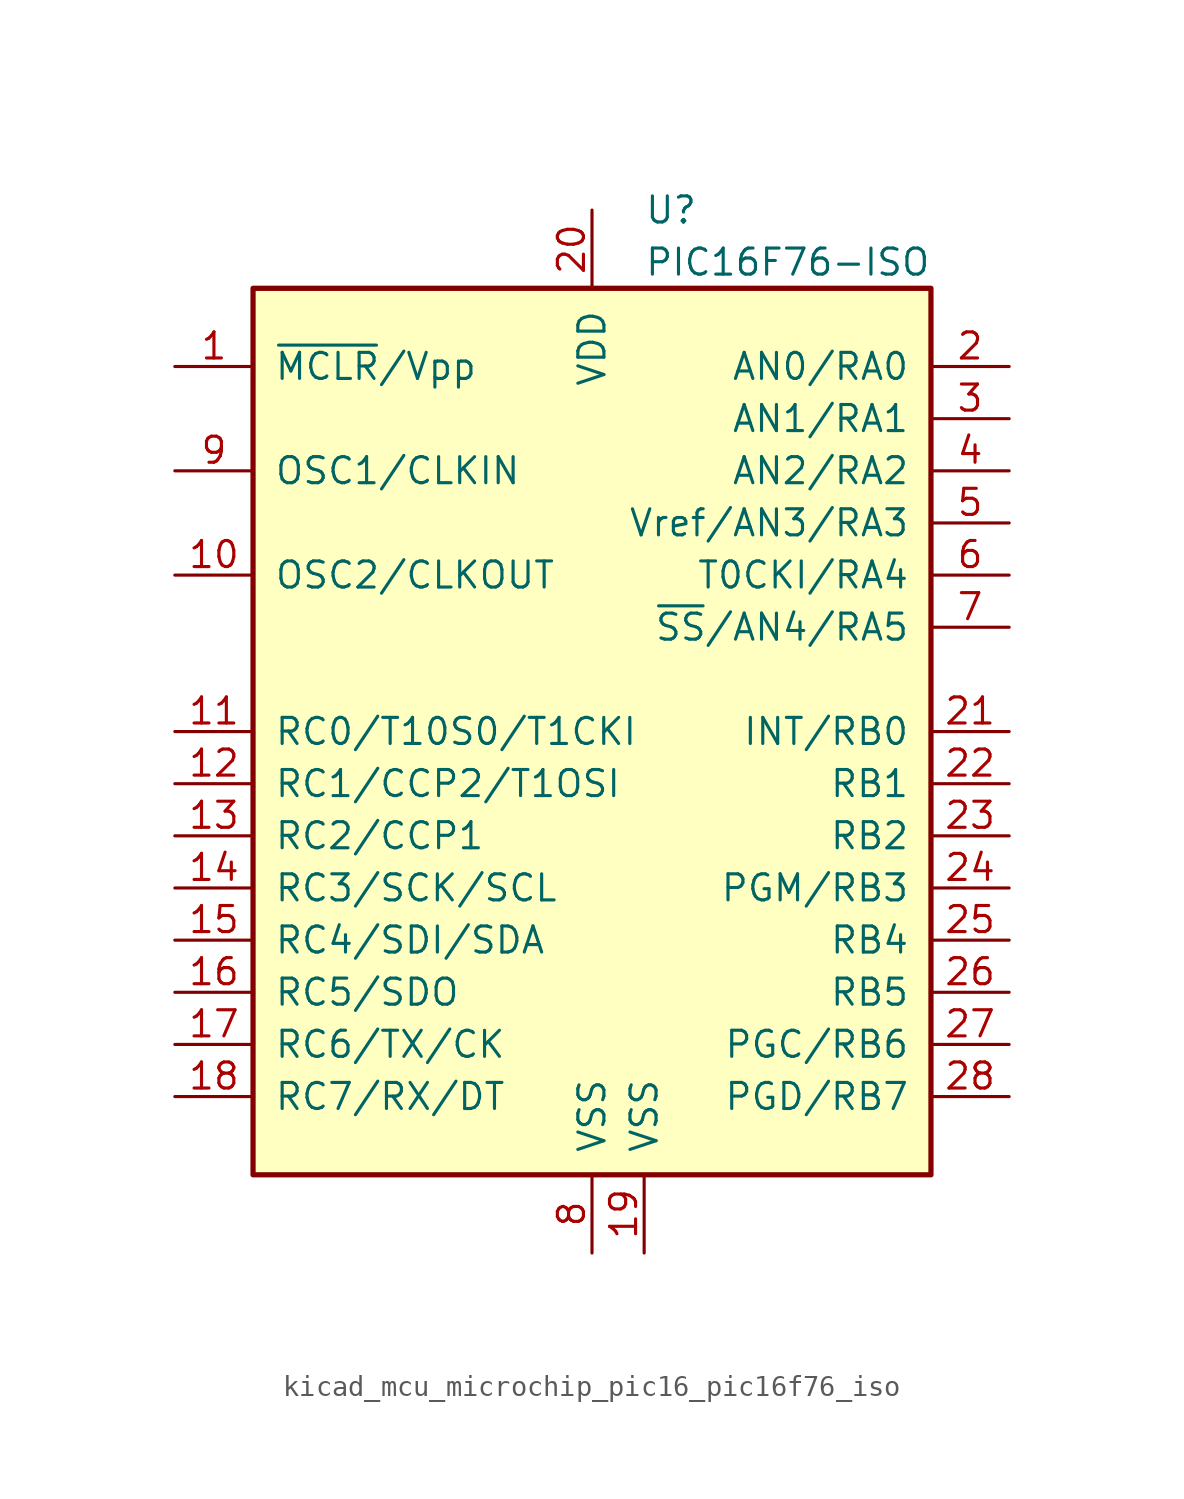
<source format=kicad_sym>
(kicad_symbol_lib
  (version 20220914)
  (generator kicad_symbol_editor)
  (symbol "kicad_mcu_microchip_pic16_pic16f76_iso"
    (pin_names
      (offset 1.016))
    (property "Reference" "U"
      (at 2.54 25.4 0)
      (effects (font (size 1.27 1.27)) (justify left)))
    (property "Value" "PIC16F76-ISO"
      (at 2.54 22.86 0)
      (effects (font (size 1.27 1.27)) (justify left)))
    (symbol "kicad_mcu_microchip_pic16_pic16f76_iso_0_1"
      (rectangle (start -16.51 -21.59) (end 16.51 21.59) (stroke (width 0.254) (type default)) (fill (type background))))
    (symbol "kicad_mcu_microchip_pic16_pic16f76_iso_1_1"
      (pin input line (at -20.32 17.78 0) (length 3.81) (name "~{MCLR}/Vpp" (effects (font (size 1.27 1.27)))) (number "1" (effects (font (size 1.27 1.27)))))
      (pin output line (at -20.32 7.62 0) (length 3.81) (name "OSC2/CLKOUT" (effects (font (size 1.27 1.27)))) (number "10" (effects (font (size 1.27 1.27)))))
      (pin bidirectional line (at -20.32 0 0) (length 3.81) (name "RC0/T10S0/T1CKI" (effects (font (size 1.27 1.27)))) (number "11" (effects (font (size 1.27 1.27)))))
      (pin bidirectional line (at -20.32 -2.54 0) (length 3.81) (name "RC1/CCP2/T1OSI" (effects (font (size 1.27 1.27)))) (number "12" (effects (font (size 1.27 1.27)))))
      (pin bidirectional line (at -20.32 -5.08 0) (length 3.81) (name "RC2/CCP1" (effects (font (size 1.27 1.27)))) (number "13" (effects (font (size 1.27 1.27)))))
      (pin bidirectional line (at -20.32 -7.62 0) (length 3.81) (name "RC3/SCK/SCL" (effects (font (size 1.27 1.27)))) (number "14" (effects (font (size 1.27 1.27)))))
      (pin bidirectional line (at -20.32 -10.16 0) (length 3.81) (name "RC4/SDI/SDA" (effects (font (size 1.27 1.27)))) (number "15" (effects (font (size 1.27 1.27)))))
      (pin bidirectional line (at -20.32 -12.7 0) (length 3.81) (name "RC5/SDO" (effects (font (size 1.27 1.27)))) (number "16" (effects (font (size 1.27 1.27)))))
      (pin bidirectional line (at -20.32 -15.24 0) (length 3.81) (name "RC6/TX/CK" (effects (font (size 1.27 1.27)))) (number "17" (effects (font (size 1.27 1.27)))))
      (pin bidirectional line (at -20.32 -17.78 0) (length 3.81) (name "RC7/RX/DT" (effects (font (size 1.27 1.27)))) (number "18" (effects (font (size 1.27 1.27)))))
      (pin power_in line (at 2.54 -25.4 90) (length 3.81) (name "VSS" (effects (font (size 1.27 1.27)))) (number "19" (effects (font (size 1.27 1.27)))))
      (pin bidirectional line (at 20.32 17.78 180) (length 3.81) (name "AN0/RA0" (effects (font (size 1.27 1.27)))) (number "2" (effects (font (size 1.27 1.27)))))
      (pin power_in line (at 0 25.4 270) (length 3.81) (name "VDD" (effects (font (size 1.27 1.27)))) (number "20" (effects (font (size 1.27 1.27)))))
      (pin bidirectional line (at 20.32 0 180) (length 3.81) (name "INT/RB0" (effects (font (size 1.27 1.27)))) (number "21" (effects (font (size 1.27 1.27)))))
      (pin bidirectional line (at 20.32 -2.54 180) (length 3.81) (name "RB1" (effects (font (size 1.27 1.27)))) (number "22" (effects (font (size 1.27 1.27)))))
      (pin bidirectional line (at 20.32 -5.08 180) (length 3.81) (name "RB2" (effects (font (size 1.27 1.27)))) (number "23" (effects (font (size 1.27 1.27)))))
      (pin bidirectional line (at 20.32 -7.62 180) (length 3.81) (name "PGM/RB3" (effects (font (size 1.27 1.27)))) (number "24" (effects (font (size 1.27 1.27)))))
      (pin bidirectional line (at 20.32 -10.16 180) (length 3.81) (name "RB4" (effects (font (size 1.27 1.27)))) (number "25" (effects (font (size 1.27 1.27)))))
      (pin bidirectional line (at 20.32 -12.7 180) (length 3.81) (name "RB5" (effects (font (size 1.27 1.27)))) (number "26" (effects (font (size 1.27 1.27)))))
      (pin bidirectional line (at 20.32 -15.24 180) (length 3.81) (name "PGC/RB6" (effects (font (size 1.27 1.27)))) (number "27" (effects (font (size 1.27 1.27)))))
      (pin bidirectional line (at 20.32 -17.78 180) (length 3.81) (name "PGD/RB7" (effects (font (size 1.27 1.27)))) (number "28" (effects (font (size 1.27 1.27)))))
      (pin bidirectional line (at 20.32 15.24 180) (length 3.81) (name "AN1/RA1" (effects (font (size 1.27 1.27)))) (number "3" (effects (font (size 1.27 1.27)))))
      (pin bidirectional line (at 20.32 12.7 180) (length 3.81) (name "AN2/RA2" (effects (font (size 1.27 1.27)))) (number "4" (effects (font (size 1.27 1.27)))))
      (pin bidirectional line (at 20.32 10.16 180) (length 3.81) (name "Vref/AN3/RA3" (effects (font (size 1.27 1.27)))) (number "5" (effects (font (size 1.27 1.27)))))
      (pin bidirectional line (at 20.32 7.62 180) (length 3.81) (name "T0CKI/RA4" (effects (font (size 1.27 1.27)))) (number "6" (effects (font (size 1.27 1.27)))))
      (pin bidirectional line (at 20.32 5.08 180) (length 3.81) (name "~{SS}/AN4/RA5" (effects (font (size 1.27 1.27)))) (number "7" (effects (font (size 1.27 1.27)))))
      (pin power_in line (at 0 -25.4 90) (length 3.81) (name "VSS" (effects (font (size 1.27 1.27)))) (number "8" (effects (font (size 1.27 1.27)))))
      (pin input line (at -20.32 12.7 0) (length 3.81) (name "OSC1/CLKIN" (effects (font (size 1.27 1.27)))) (number "9" (effects (font (size 1.27 1.27))))))))
</source>
